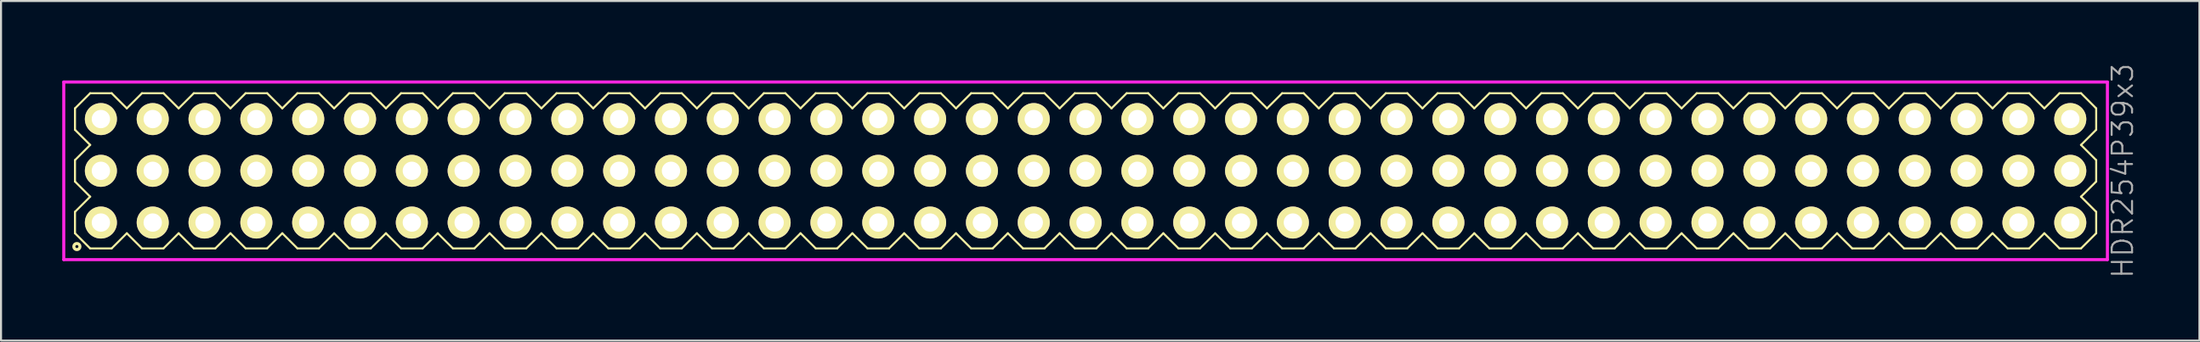
<source format=kicad_pcb>
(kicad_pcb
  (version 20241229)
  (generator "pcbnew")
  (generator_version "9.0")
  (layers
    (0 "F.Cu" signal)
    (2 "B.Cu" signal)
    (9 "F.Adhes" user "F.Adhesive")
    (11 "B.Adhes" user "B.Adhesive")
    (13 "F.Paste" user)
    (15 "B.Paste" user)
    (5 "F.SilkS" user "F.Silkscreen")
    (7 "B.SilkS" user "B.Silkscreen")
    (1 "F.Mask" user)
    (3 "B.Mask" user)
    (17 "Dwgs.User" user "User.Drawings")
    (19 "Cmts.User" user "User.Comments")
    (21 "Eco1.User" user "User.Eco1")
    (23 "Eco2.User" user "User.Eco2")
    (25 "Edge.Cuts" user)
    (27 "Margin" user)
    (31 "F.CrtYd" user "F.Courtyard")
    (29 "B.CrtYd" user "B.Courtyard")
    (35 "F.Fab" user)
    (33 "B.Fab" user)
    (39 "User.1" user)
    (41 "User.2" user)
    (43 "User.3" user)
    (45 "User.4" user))
  (footprint "HDR254P39x3"
    (layer "F.Cu")
    (at 50.155 5.336)
    (property "Reference" "HDR254P39x3" (at 50.83 0 90) (layer "F.Fab") (effects (font (size 1 1) (thickness 0.1))))
    (attr through_hole)
    (fp_line (start -49.53 -3.066) (end -48.786 -3.81) (stroke (width 0.1) (type solid)) (layer "F.SilkS"))
    (fp_line (start -49.53 -2.014) (end -49.53 -3.066) (stroke (width 0.1) (type solid)) (layer "F.SilkS"))
    (fp_line (start -49.53 -0.526) (end -48.786 -1.27) (stroke (width 0.1) (type solid)) (layer "F.SilkS"))
    (fp_line (start -49.53 0.526) (end -49.53 -0.526) (stroke (width 0.1) (type solid)) (layer "F.SilkS"))
    (fp_line (start -49.53 2.014) (end -48.786 1.27) (stroke (width 0.1) (type solid)) (layer "F.SilkS"))
    (fp_line (start -49.53 3.066) (end -49.53 2.014) (stroke (width 0.1) (type solid)) (layer "F.SilkS"))
    (fp_line (start -48.786 -3.81) (end -47.734 -3.81) (stroke (width 0.1) (type solid)) (layer "F.SilkS"))
    (fp_line (start -48.786 -1.27) (end -49.53 -2.014) (stroke (width 0.1) (type solid)) (layer "F.SilkS"))
    (fp_line (start -48.786 1.27) (end -49.53 0.526) (stroke (width 0.1) (type solid)) (layer "F.SilkS"))
    (fp_line (start -48.786 3.81) (end -49.53 3.066) (stroke (width 0.1) (type solid)) (layer "F.SilkS"))
    (fp_line (start -47.734 -3.81) (end -46.99 -3.066) (stroke (width 0.1) (type solid)) (layer "F.SilkS"))
    (fp_line (start -47.734 3.81) (end -48.786 3.81) (stroke (width 0.1) (type solid)) (layer "F.SilkS"))
    (fp_line (start -46.99 -3.066) (end -46.246 -3.81) (stroke (width 0.1) (type solid)) (layer "F.SilkS"))
    (fp_line (start -46.99 3.066) (end -47.734 3.81) (stroke (width 0.1) (type solid)) (layer "F.SilkS"))
    (fp_line (start -46.246 -3.81) (end -45.194 -3.81) (stroke (width 0.1) (type solid)) (layer "F.SilkS"))
    (fp_line (start -46.246 3.81) (end -46.99 3.066) (stroke (width 0.1) (type solid)) (layer "F.SilkS"))
    (fp_line (start -45.194 -3.81) (end -44.45 -3.066) (stroke (width 0.1) (type solid)) (layer "F.SilkS"))
    (fp_line (start -45.194 3.81) (end -46.246 3.81) (stroke (width 0.1) (type solid)) (layer "F.SilkS"))
    (fp_line (start -44.45 -3.066) (end -43.706 -3.81) (stroke (width 0.1) (type solid)) (layer "F.SilkS"))
    (fp_line (start -44.45 3.066) (end -45.194 3.81) (stroke (width 0.1) (type solid)) (layer "F.SilkS"))
    (fp_line (start -43.706 -3.81) (end -42.654 -3.81) (stroke (width 0.1) (type solid)) (layer "F.SilkS"))
    (fp_line (start -43.706 3.81) (end -44.45 3.066) (stroke (width 0.1) (type solid)) (layer "F.SilkS"))
    (fp_line (start -42.654 -3.81) (end -41.91 -3.066) (stroke (width 0.1) (type solid)) (layer "F.SilkS"))
    (fp_line (start -42.654 3.81) (end -43.706 3.81) (stroke (width 0.1) (type solid)) (layer "F.SilkS"))
    (fp_line (start -41.91 -3.066) (end -41.166 -3.81) (stroke (width 0.1) (type solid)) (layer "F.SilkS"))
    (fp_line (start -41.91 3.066) (end -42.654 3.81) (stroke (width 0.1) (type solid)) (layer "F.SilkS"))
    (fp_line (start -41.166 -3.81) (end -40.114 -3.81) (stroke (width 0.1) (type solid)) (layer "F.SilkS"))
    (fp_line (start -41.166 3.81) (end -41.91 3.066) (stroke (width 0.1) (type solid)) (layer "F.SilkS"))
    (fp_line (start -40.114 -3.81) (end -39.37 -3.066) (stroke (width 0.1) (type solid)) (layer "F.SilkS"))
    (fp_line (start -40.114 3.81) (end -41.166 3.81) (stroke (width 0.1) (type solid)) (layer "F.SilkS"))
    (fp_line (start -39.37 -3.066) (end -38.626 -3.81) (stroke (width 0.1) (type solid)) (layer "F.SilkS"))
    (fp_line (start -39.37 3.066) (end -40.114 3.81) (stroke (width 0.1) (type solid)) (layer "F.SilkS"))
    (fp_line (start -38.626 -3.81) (end -37.574 -3.81) (stroke (width 0.1) (type solid)) (layer "F.SilkS"))
    (fp_line (start -38.626 3.81) (end -39.37 3.066) (stroke (width 0.1) (type solid)) (layer "F.SilkS"))
    (fp_line (start -37.574 -3.81) (end -36.83 -3.066) (stroke (width 0.1) (type solid)) (layer "F.SilkS"))
    (fp_line (start -37.574 3.81) (end -38.626 3.81) (stroke (width 0.1) (type solid)) (layer "F.SilkS"))
    (fp_line (start -36.83 -3.066) (end -36.086 -3.81) (stroke (width 0.1) (type solid)) (layer "F.SilkS"))
    (fp_line (start -36.83 3.066) (end -37.574 3.81) (stroke (width 0.1) (type solid)) (layer "F.SilkS"))
    (fp_line (start -36.086 -3.81) (end -35.034 -3.81) (stroke (width 0.1) (type solid)) (layer "F.SilkS"))
    (fp_line (start -36.086 3.81) (end -36.83 3.066) (stroke (width 0.1) (type solid)) (layer "F.SilkS"))
    (fp_line (start -35.034 -3.81) (end -34.29 -3.066) (stroke (width 0.1) (type solid)) (layer "F.SilkS"))
    (fp_line (start -35.034 3.81) (end -36.086 3.81) (stroke (width 0.1) (type solid)) (layer "F.SilkS"))
    (fp_line (start -34.29 -3.066) (end -33.546 -3.81) (stroke (width 0.1) (type solid)) (layer "F.SilkS"))
    (fp_line (start -34.29 3.066) (end -35.034 3.81) (stroke (width 0.1) (type solid)) (layer "F.SilkS"))
    (fp_line (start -33.546 -3.81) (end -32.494 -3.81) (stroke (width 0.1) (type solid)) (layer "F.SilkS"))
    (fp_line (start -33.546 3.81) (end -34.29 3.066) (stroke (width 0.1) (type solid)) (layer "F.SilkS"))
    (fp_line (start -32.494 -3.81) (end -31.75 -3.066) (stroke (width 0.1) (type solid)) (layer "F.SilkS"))
    (fp_line (start -32.494 3.81) (end -33.546 3.81) (stroke (width 0.1) (type solid)) (layer "F.SilkS"))
    (fp_line (start -31.75 -3.066) (end -31.006 -3.81) (stroke (width 0.1) (type solid)) (layer "F.SilkS"))
    (fp_line (start -31.75 3.066) (end -32.494 3.81) (stroke (width 0.1) (type solid)) (layer "F.SilkS"))
    (fp_line (start -31.006 -3.81) (end -29.954 -3.81) (stroke (width 0.1) (type solid)) (layer "F.SilkS"))
    (fp_line (start -31.006 3.81) (end -31.75 3.066) (stroke (width 0.1) (type solid)) (layer "F.SilkS"))
    (fp_line (start -29.954 -3.81) (end -29.21 -3.066) (stroke (width 0.1) (type solid)) (layer "F.SilkS"))
    (fp_line (start -29.954 3.81) (end -31.006 3.81) (stroke (width 0.1) (type solid)) (layer "F.SilkS"))
    (fp_line (start -29.21 -3.066) (end -28.466 -3.81) (stroke (width 0.1) (type solid)) (layer "F.SilkS"))
    (fp_line (start -29.21 3.066) (end -29.954 3.81) (stroke (width 0.1) (type solid)) (layer "F.SilkS"))
    (fp_line (start -28.466 -3.81) (end -27.414 -3.81) (stroke (width 0.1) (type solid)) (layer "F.SilkS"))
    (fp_line (start -28.466 3.81) (end -29.21 3.066) (stroke (width 0.1) (type solid)) (layer "F.SilkS"))
    (fp_line (start -27.414 -3.81) (end -26.67 -3.066) (stroke (width 0.1) (type solid)) (layer "F.SilkS"))
    (fp_line (start -27.414 3.81) (end -28.466 3.81) (stroke (width 0.1) (type solid)) (layer "F.SilkS"))
    (fp_line (start -26.67 -3.066) (end -25.926 -3.81) (stroke (width 0.1) (type solid)) (layer "F.SilkS"))
    (fp_line (start -26.67 3.066) (end -27.414 3.81) (stroke (width 0.1) (type solid)) (layer "F.SilkS"))
    (fp_line (start -25.926 -3.81) (end -24.874 -3.81) (stroke (width 0.1) (type solid)) (layer "F.SilkS"))
    (fp_line (start -25.926 3.81) (end -26.67 3.066) (stroke (width 0.1) (type solid)) (layer "F.SilkS"))
    (fp_line (start -24.874 -3.81) (end -24.13 -3.066) (stroke (width 0.1) (type solid)) (layer "F.SilkS"))
    (fp_line (start -24.874 3.81) (end -25.926 3.81) (stroke (width 0.1) (type solid)) (layer "F.SilkS"))
    (fp_line (start -24.13 -3.066) (end -23.386 -3.81) (stroke (width 0.1) (type solid)) (layer "F.SilkS"))
    (fp_line (start -24.13 3.066) (end -24.874 3.81) (stroke (width 0.1) (type solid)) (layer "F.SilkS"))
    (fp_line (start -23.386 -3.81) (end -22.334 -3.81) (stroke (width 0.1) (type solid)) (layer "F.SilkS"))
    (fp_line (start -23.386 3.81) (end -24.13 3.066) (stroke (width 0.1) (type solid)) (layer "F.SilkS"))
    (fp_line (start -22.334 -3.81) (end -21.59 -3.066) (stroke (width 0.1) (type solid)) (layer "F.SilkS"))
    (fp_line (start -22.334 3.81) (end -23.386 3.81) (stroke (width 0.1) (type solid)) (layer "F.SilkS"))
    (fp_line (start -21.59 -3.066) (end -20.846 -3.81) (stroke (width 0.1) (type solid)) (layer "F.SilkS"))
    (fp_line (start -21.59 3.066) (end -22.334 3.81) (stroke (width 0.1) (type solid)) (layer "F.SilkS"))
    (fp_line (start -20.846 -3.81) (end -19.794 -3.81) (stroke (width 0.1) (type solid)) (layer "F.SilkS"))
    (fp_line (start -20.846 3.81) (end -21.59 3.066) (stroke (width 0.1) (type solid)) (layer "F.SilkS"))
    (fp_line (start -19.794 -3.81) (end -19.05 -3.066) (stroke (width 0.1) (type solid)) (layer "F.SilkS"))
    (fp_line (start -19.794 3.81) (end -20.846 3.81) (stroke (width 0.1) (type solid)) (layer "F.SilkS"))
    (fp_line (start -19.05 -3.066) (end -18.306 -3.81) (stroke (width 0.1) (type solid)) (layer "F.SilkS"))
    (fp_line (start -19.05 3.066) (end -19.794 3.81) (stroke (width 0.1) (type solid)) (layer "F.SilkS"))
    (fp_line (start -18.306 -3.81) (end -17.254 -3.81) (stroke (width 0.1) (type solid)) (layer "F.SilkS"))
    (fp_line (start -18.306 3.81) (end -19.05 3.066) (stroke (width 0.1) (type solid)) (layer "F.SilkS"))
    (fp_line (start -17.254 -3.81) (end -16.51 -3.066) (stroke (width 0.1) (type solid)) (layer "F.SilkS"))
    (fp_line (start -17.254 3.81) (end -18.306 3.81) (stroke (width 0.1) (type solid)) (layer "F.SilkS"))
    (fp_line (start -16.51 -3.066) (end -15.766 -3.81) (stroke (width 0.1) (type solid)) (layer "F.SilkS"))
    (fp_line (start -16.51 3.066) (end -17.254 3.81) (stroke (width 0.1) (type solid)) (layer "F.SilkS"))
    (fp_line (start -15.766 -3.81) (end -14.714 -3.81) (stroke (width 0.1) (type solid)) (layer "F.SilkS"))
    (fp_line (start -15.766 3.81) (end -16.51 3.066) (stroke (width 0.1) (type solid)) (layer "F.SilkS"))
    (fp_line (start -14.714 -3.81) (end -13.97 -3.066) (stroke (width 0.1) (type solid)) (layer "F.SilkS"))
    (fp_line (start -14.714 3.81) (end -15.766 3.81) (stroke (width 0.1) (type solid)) (layer "F.SilkS"))
    (fp_line (start -13.97 -3.066) (end -13.226 -3.81) (stroke (width 0.1) (type solid)) (layer "F.SilkS"))
    (fp_line (start -13.97 3.066) (end -14.714 3.81) (stroke (width 0.1) (type solid)) (layer "F.SilkS"))
    (fp_line (start -13.226 -3.81) (end -12.174 -3.81) (stroke (width 0.1) (type solid)) (layer "F.SilkS"))
    (fp_line (start -13.226 3.81) (end -13.97 3.066) (stroke (width 0.1) (type solid)) (layer "F.SilkS"))
    (fp_line (start -12.174 -3.81) (end -11.43 -3.066) (stroke (width 0.1) (type solid)) (layer "F.SilkS"))
    (fp_line (start -12.174 3.81) (end -13.226 3.81) (stroke (width 0.1) (type solid)) (layer "F.SilkS"))
    (fp_line (start -11.43 -3.066) (end -10.686 -3.81) (stroke (width 0.1) (type solid)) (layer "F.SilkS"))
    (fp_line (start -11.43 3.066) (end -12.174 3.81) (stroke (width 0.1) (type solid)) (layer "F.SilkS"))
    (fp_line (start -10.686 -3.81) (end -9.634 -3.81) (stroke (width 0.1) (type solid)) (layer "F.SilkS"))
    (fp_line (start -10.686 3.81) (end -11.43 3.066) (stroke (width 0.1) (type solid)) (layer "F.SilkS"))
    (fp_line (start -9.634 -3.81) (end -8.89 -3.066) (stroke (width 0.1) (type solid)) (layer "F.SilkS"))
    (fp_line (start -9.634 3.81) (end -10.686 3.81) (stroke (width 0.1) (type solid)) (layer "F.SilkS"))
    (fp_line (start -8.89 -3.066) (end -8.146 -3.81) (stroke (width 0.1) (type solid)) (layer "F.SilkS"))
    (fp_line (start -8.89 3.066) (end -9.634 3.81) (stroke (width 0.1) (type solid)) (layer "F.SilkS"))
    (fp_line (start -8.146 -3.81) (end -7.094 -3.81) (stroke (width 0.1) (type solid)) (layer "F.SilkS"))
    (fp_line (start -8.146 3.81) (end -8.89 3.066) (stroke (width 0.1) (type solid)) (layer "F.SilkS"))
    (fp_line (start -7.094 -3.81) (end -6.35 -3.066) (stroke (width 0.1) (type solid)) (layer "F.SilkS"))
    (fp_line (start -7.094 3.81) (end -8.146 3.81) (stroke (width 0.1) (type solid)) (layer "F.SilkS"))
    (fp_line (start -6.35 -3.066) (end -5.606 -3.81) (stroke (width 0.1) (type solid)) (layer "F.SilkS"))
    (fp_line (start -6.35 3.066) (end -7.094 3.81) (stroke (width 0.1) (type solid)) (layer "F.SilkS"))
    (fp_line (start -5.606 -3.81) (end -4.554 -3.81) (stroke (width 0.1) (type solid)) (layer "F.SilkS"))
    (fp_line (start -5.606 3.81) (end -6.35 3.066) (stroke (width 0.1) (type solid)) (layer "F.SilkS"))
    (fp_line (start -4.554 -3.81) (end -3.81 -3.066) (stroke (width 0.1) (type solid)) (layer "F.SilkS"))
    (fp_line (start -4.554 3.81) (end -5.606 3.81) (stroke (width 0.1) (type solid)) (layer "F.SilkS"))
    (fp_line (start -3.81 -3.066) (end -3.066 -3.81) (stroke (width 0.1) (type solid)) (layer "F.SilkS"))
    (fp_line (start -3.81 3.066) (end -4.554 3.81) (stroke (width 0.1) (type solid)) (layer "F.SilkS"))
    (fp_line (start -3.066 -3.81) (end -2.014 -3.81) (stroke (width 0.1) (type solid)) (layer "F.SilkS"))
    (fp_line (start -3.066 3.81) (end -3.81 3.066) (stroke (width 0.1) (type solid)) (layer "F.SilkS"))
    (fp_line (start -2.014 -3.81) (end -1.27 -3.066) (stroke (width 0.1) (type solid)) (layer "F.SilkS"))
    (fp_line (start -2.014 3.81) (end -3.066 3.81) (stroke (width 0.1) (type solid)) (layer "F.SilkS"))
    (fp_line (start -1.27 -3.066) (end -0.526 -3.81) (stroke (width 0.1) (type solid)) (layer "F.SilkS"))
    (fp_line (start -1.27 3.066) (end -2.014 3.81) (stroke (width 0.1) (type solid)) (layer "F.SilkS"))
    (fp_line (start -0.526 -3.81) (end 0.526 -3.81) (stroke (width 0.1) (type solid)) (layer "F.SilkS"))
    (fp_line (start -0.526 3.81) (end -1.27 3.066) (stroke (width 0.1) (type solid)) (layer "F.SilkS"))
    (fp_line (start 0.526 -3.81) (end 1.27 -3.066) (stroke (width 0.1) (type solid)) (layer "F.SilkS"))
    (fp_line (start 0.526 3.81) (end -0.526 3.81) (stroke (width 0.1) (type solid)) (layer "F.SilkS"))
    (fp_line (start 1.27 -3.066) (end 2.014 -3.81) (stroke (width 0.1) (type solid)) (layer "F.SilkS"))
    (fp_line (start 1.27 3.066) (end 0.526 3.81) (stroke (width 0.1) (type solid)) (layer "F.SilkS"))
    (fp_line (start 2.014 -3.81) (end 3.066 -3.81) (stroke (width 0.1) (type solid)) (layer "F.SilkS"))
    (fp_line (start 2.014 3.81) (end 1.27 3.066) (stroke (width 0.1) (type solid)) (layer "F.SilkS"))
    (fp_line (start 3.066 -3.81) (end 3.81 -3.066) (stroke (width 0.1) (type solid)) (layer "F.SilkS"))
    (fp_line (start 3.066 3.81) (end 2.014 3.81) (stroke (width 0.1) (type solid)) (layer "F.SilkS"))
    (fp_line (start 3.81 -3.066) (end 4.554 -3.81) (stroke (width 0.1) (type solid)) (layer "F.SilkS"))
    (fp_line (start 3.81 3.066) (end 3.066 3.81) (stroke (width 0.1) (type solid)) (layer "F.SilkS"))
    (fp_line (start 4.554 -3.81) (end 5.606 -3.81) (stroke (width 0.1) (type solid)) (layer "F.SilkS"))
    (fp_line (start 4.554 3.81) (end 3.81 3.066) (stroke (width 0.1) (type solid)) (layer "F.SilkS"))
    (fp_line (start 5.606 -3.81) (end 6.35 -3.066) (stroke (width 0.1) (type solid)) (layer "F.SilkS"))
    (fp_line (start 5.606 3.81) (end 4.554 3.81) (stroke (width 0.1) (type solid)) (layer "F.SilkS"))
    (fp_line (start 6.35 -3.066) (end 7.094 -3.81) (stroke (width 0.1) (type solid)) (layer "F.SilkS"))
    (fp_line (start 6.35 3.066) (end 5.606 3.81) (stroke (width 0.1) (type solid)) (layer "F.SilkS"))
    (fp_line (start 7.094 -3.81) (end 8.146 -3.81) (stroke (width 0.1) (type solid)) (layer "F.SilkS"))
    (fp_line (start 7.094 3.81) (end 6.35 3.066) (stroke (width 0.1) (type solid)) (layer "F.SilkS"))
    (fp_line (start 8.146 -3.81) (end 8.89 -3.066) (stroke (width 0.1) (type solid)) (layer "F.SilkS"))
    (fp_line (start 8.146 3.81) (end 7.094 3.81) (stroke (width 0.1) (type solid)) (layer "F.SilkS"))
    (fp_line (start 8.89 -3.066) (end 9.634 -3.81) (stroke (width 0.1) (type solid)) (layer "F.SilkS"))
    (fp_line (start 8.89 3.066) (end 8.146 3.81) (stroke (width 0.1) (type solid)) (layer "F.SilkS"))
    (fp_line (start 9.634 -3.81) (end 10.686 -3.81) (stroke (width 0.1) (type solid)) (layer "F.SilkS"))
    (fp_line (start 9.634 3.81) (end 8.89 3.066) (stroke (width 0.1) (type solid)) (layer "F.SilkS"))
    (fp_line (start 10.686 -3.81) (end 11.43 -3.066) (stroke (width 0.1) (type solid)) (layer "F.SilkS"))
    (fp_line (start 10.686 3.81) (end 9.634 3.81) (stroke (width 0.1) (type solid)) (layer "F.SilkS"))
    (fp_line (start 11.43 -3.066) (end 12.174 -3.81) (stroke (width 0.1) (type solid)) (layer "F.SilkS"))
    (fp_line (start 11.43 3.066) (end 10.686 3.81) (stroke (width 0.1) (type solid)) (layer "F.SilkS"))
    (fp_line (start 12.174 -3.81) (end 13.226 -3.81) (stroke (width 0.1) (type solid)) (layer "F.SilkS"))
    (fp_line (start 12.174 3.81) (end 11.43 3.066) (stroke (width 0.1) (type solid)) (layer "F.SilkS"))
    (fp_line (start 13.226 -3.81) (end 13.97 -3.066) (stroke (width 0.1) (type solid)) (layer "F.SilkS"))
    (fp_line (start 13.226 3.81) (end 12.174 3.81) (stroke (width 0.1) (type solid)) (layer "F.SilkS"))
    (fp_line (start 13.97 -3.066) (end 14.714 -3.81) (stroke (width 0.1) (type solid)) (layer "F.SilkS"))
    (fp_line (start 13.97 3.066) (end 13.226 3.81) (stroke (width 0.1) (type solid)) (layer "F.SilkS"))
    (fp_line (start 14.714 -3.81) (end 15.766 -3.81) (stroke (width 0.1) (type solid)) (layer "F.SilkS"))
    (fp_line (start 14.714 3.81) (end 13.97 3.066) (stroke (width 0.1) (type solid)) (layer "F.SilkS"))
    (fp_line (start 15.766 -3.81) (end 16.51 -3.066) (stroke (width 0.1) (type solid)) (layer "F.SilkS"))
    (fp_line (start 15.766 3.81) (end 14.714 3.81) (stroke (width 0.1) (type solid)) (layer "F.SilkS"))
    (fp_line (start 16.51 -3.066) (end 17.254 -3.81) (stroke (width 0.1) (type solid)) (layer "F.SilkS"))
    (fp_line (start 16.51 3.066) (end 15.766 3.81) (stroke (width 0.1) (type solid)) (layer "F.SilkS"))
    (fp_line (start 17.254 -3.81) (end 18.306 -3.81) (stroke (width 0.1) (type solid)) (layer "F.SilkS"))
    (fp_line (start 17.254 3.81) (end 16.51 3.066) (stroke (width 0.1) (type solid)) (layer "F.SilkS"))
    (fp_line (start 18.306 -3.81) (end 19.05 -3.066) (stroke (width 0.1) (type solid)) (layer "F.SilkS"))
    (fp_line (start 18.306 3.81) (end 17.254 3.81) (stroke (width 0.1) (type solid)) (layer "F.SilkS"))
    (fp_line (start 19.05 -3.066) (end 19.794 -3.81) (stroke (width 0.1) (type solid)) (layer "F.SilkS"))
    (fp_line (start 19.05 3.066) (end 18.306 3.81) (stroke (width 0.1) (type solid)) (layer "F.SilkS"))
    (fp_line (start 19.794 -3.81) (end 20.846 -3.81) (stroke (width 0.1) (type solid)) (layer "F.SilkS"))
    (fp_line (start 19.794 3.81) (end 19.05 3.066) (stroke (width 0.1) (type solid)) (layer "F.SilkS"))
    (fp_line (start 20.846 -3.81) (end 21.59 -3.066) (stroke (width 0.1) (type solid)) (layer "F.SilkS"))
    (fp_line (start 20.846 3.81) (end 19.794 3.81) (stroke (width 0.1) (type solid)) (layer "F.SilkS"))
    (fp_line (start 21.59 -3.066) (end 22.334 -3.81) (stroke (width 0.1) (type solid)) (layer "F.SilkS"))
    (fp_line (start 21.59 3.066) (end 20.846 3.81) (stroke (width 0.1) (type solid)) (layer "F.SilkS"))
    (fp_line (start 22.334 -3.81) (end 23.386 -3.81) (stroke (width 0.1) (type solid)) (layer "F.SilkS"))
    (fp_line (start 22.334 3.81) (end 21.59 3.066) (stroke (width 0.1) (type solid)) (layer "F.SilkS"))
    (fp_line (start 23.386 -3.81) (end 24.13 -3.066) (stroke (width 0.1) (type solid)) (layer "F.SilkS"))
    (fp_line (start 23.386 3.81) (end 22.334 3.81) (stroke (width 0.1) (type solid)) (layer "F.SilkS"))
    (fp_line (start 24.13 -3.066) (end 24.874 -3.81) (stroke (width 0.1) (type solid)) (layer "F.SilkS"))
    (fp_line (start 24.13 3.066) (end 23.386 3.81) (stroke (width 0.1) (type solid)) (layer "F.SilkS"))
    (fp_line (start 24.874 -3.81) (end 25.926 -3.81) (stroke (width 0.1) (type solid)) (layer "F.SilkS"))
    (fp_line (start 24.874 3.81) (end 24.13 3.066) (stroke (width 0.1) (type solid)) (layer "F.SilkS"))
    (fp_line (start 25.926 -3.81) (end 26.67 -3.066) (stroke (width 0.1) (type solid)) (layer "F.SilkS"))
    (fp_line (start 25.926 3.81) (end 24.874 3.81) (stroke (width 0.1) (type solid)) (layer "F.SilkS"))
    (fp_line (start 26.67 -3.066) (end 27.414 -3.81) (stroke (width 0.1) (type solid)) (layer "F.SilkS"))
    (fp_line (start 26.67 3.066) (end 25.926 3.81) (stroke (width 0.1) (type solid)) (layer "F.SilkS"))
    (fp_line (start 27.414 -3.81) (end 28.466 -3.81) (stroke (width 0.1) (type solid)) (layer "F.SilkS"))
    (fp_line (start 27.414 3.81) (end 26.67 3.066) (stroke (width 0.1) (type solid)) (layer "F.SilkS"))
    (fp_line (start 28.466 -3.81) (end 29.21 -3.066) (stroke (width 0.1) (type solid)) (layer "F.SilkS"))
    (fp_line (start 28.466 3.81) (end 27.414 3.81) (stroke (width 0.1) (type solid)) (layer "F.SilkS"))
    (fp_line (start 29.21 -3.066) (end 29.954 -3.81) (stroke (width 0.1) (type solid)) (layer "F.SilkS"))
    (fp_line (start 29.21 3.066) (end 28.466 3.81) (stroke (width 0.1) (type solid)) (layer "F.SilkS"))
    (fp_line (start 29.954 -3.81) (end 31.006 -3.81) (stroke (width 0.1) (type solid)) (layer "F.SilkS"))
    (fp_line (start 29.954 3.81) (end 29.21 3.066) (stroke (width 0.1) (type solid)) (layer "F.SilkS"))
    (fp_line (start 31.006 -3.81) (end 31.75 -3.066) (stroke (width 0.1) (type solid)) (layer "F.SilkS"))
    (fp_line (start 31.006 3.81) (end 29.954 3.81) (stroke (width 0.1) (type solid)) (layer "F.SilkS"))
    (fp_line (start 31.75 -3.066) (end 32.494 -3.81) (stroke (width 0.1) (type solid)) (layer "F.SilkS"))
    (fp_line (start 31.75 3.066) (end 31.006 3.81) (stroke (width 0.1) (type solid)) (layer "F.SilkS"))
    (fp_line (start 32.494 -3.81) (end 33.546 -3.81) (stroke (width 0.1) (type solid)) (layer "F.SilkS"))
    (fp_line (start 32.494 3.81) (end 31.75 3.066) (stroke (width 0.1) (type solid)) (layer "F.SilkS"))
    (fp_line (start 33.546 -3.81) (end 34.29 -3.066) (stroke (width 0.1) (type solid)) (layer "F.SilkS"))
    (fp_line (start 33.546 3.81) (end 32.494 3.81) (stroke (width 0.1) (type solid)) (layer "F.SilkS"))
    (fp_line (start 34.29 -3.066) (end 35.034 -3.81) (stroke (width 0.1) (type solid)) (layer "F.SilkS"))
    (fp_line (start 34.29 3.066) (end 33.546 3.81) (stroke (width 0.1) (type solid)) (layer "F.SilkS"))
    (fp_line (start 35.034 -3.81) (end 36.086 -3.81) (stroke (width 0.1) (type solid)) (layer "F.SilkS"))
    (fp_line (start 35.034 3.81) (end 34.29 3.066) (stroke (width 0.1) (type solid)) (layer "F.SilkS"))
    (fp_line (start 36.086 -3.81) (end 36.83 -3.066) (stroke (width 0.1) (type solid)) (layer "F.SilkS"))
    (fp_line (start 36.086 3.81) (end 35.034 3.81) (stroke (width 0.1) (type solid)) (layer "F.SilkS"))
    (fp_line (start 36.83 -3.066) (end 37.574 -3.81) (stroke (width 0.1) (type solid)) (layer "F.SilkS"))
    (fp_line (start 36.83 3.066) (end 36.086 3.81) (stroke (width 0.1) (type solid)) (layer "F.SilkS"))
    (fp_line (start 37.574 -3.81) (end 38.626 -3.81) (stroke (width 0.1) (type solid)) (layer "F.SilkS"))
    (fp_line (start 37.574 3.81) (end 36.83 3.066) (stroke (width 0.1) (type solid)) (layer "F.SilkS"))
    (fp_line (start 38.626 -3.81) (end 39.37 -3.066) (stroke (width 0.1) (type solid)) (layer "F.SilkS"))
    (fp_line (start 38.626 3.81) (end 37.574 3.81) (stroke (width 0.1) (type solid)) (layer "F.SilkS"))
    (fp_line (start 39.37 -3.066) (end 40.114 -3.81) (stroke (width 0.1) (type solid)) (layer "F.SilkS"))
    (fp_line (start 39.37 3.066) (end 38.626 3.81) (stroke (width 0.1) (type solid)) (layer "F.SilkS"))
    (fp_line (start 40.114 -3.81) (end 41.166 -3.81) (stroke (width 0.1) (type solid)) (layer "F.SilkS"))
    (fp_line (start 40.114 3.81) (end 39.37 3.066) (stroke (width 0.1) (type solid)) (layer "F.SilkS"))
    (fp_line (start 41.166 -3.81) (end 41.91 -3.066) (stroke (width 0.1) (type solid)) (layer "F.SilkS"))
    (fp_line (start 41.166 3.81) (end 40.114 3.81) (stroke (width 0.1) (type solid)) (layer "F.SilkS"))
    (fp_line (start 41.91 -3.066) (end 42.654 -3.81) (stroke (width 0.1) (type solid)) (layer "F.SilkS"))
    (fp_line (start 41.91 3.066) (end 41.166 3.81) (stroke (width 0.1) (type solid)) (layer "F.SilkS"))
    (fp_line (start 42.654 -3.81) (end 43.706 -3.81) (stroke (width 0.1) (type solid)) (layer "F.SilkS"))
    (fp_line (start 42.654 3.81) (end 41.91 3.066) (stroke (width 0.1) (type solid)) (layer "F.SilkS"))
    (fp_line (start 43.706 -3.81) (end 44.45 -3.066) (stroke (width 0.1) (type solid)) (layer "F.SilkS"))
    (fp_line (start 43.706 3.81) (end 42.654 3.81) (stroke (width 0.1) (type solid)) (layer "F.SilkS"))
    (fp_line (start 44.45 -3.066) (end 45.194 -3.81) (stroke (width 0.1) (type solid)) (layer "F.SilkS"))
    (fp_line (start 44.45 3.066) (end 43.706 3.81) (stroke (width 0.1) (type solid)) (layer "F.SilkS"))
    (fp_line (start 45.194 -3.81) (end 46.246 -3.81) (stroke (width 0.1) (type solid)) (layer "F.SilkS"))
    (fp_line (start 45.194 3.81) (end 44.45 3.066) (stroke (width 0.1) (type solid)) (layer "F.SilkS"))
    (fp_line (start 46.246 -3.81) (end 46.99 -3.066) (stroke (width 0.1) (type solid)) (layer "F.SilkS"))
    (fp_line (start 46.246 3.81) (end 45.194 3.81) (stroke (width 0.1) (type solid)) (layer "F.SilkS"))
    (fp_line (start 46.99 -3.066) (end 47.734 -3.81) (stroke (width 0.1) (type solid)) (layer "F.SilkS"))
    (fp_line (start 46.99 3.066) (end 46.246 3.81) (stroke (width 0.1) (type solid)) (layer "F.SilkS"))
    (fp_line (start 47.734 -3.81) (end 48.786 -3.81) (stroke (width 0.1) (type solid)) (layer "F.SilkS"))
    (fp_line (start 47.734 3.81) (end 46.99 3.066) (stroke (width 0.1) (type solid)) (layer "F.SilkS"))
    (fp_line (start 48.786 -3.81) (end 49.53 -3.066) (stroke (width 0.1) (type solid)) (layer "F.SilkS"))
    (fp_line (start 48.786 -1.27) (end 49.53 -0.526) (stroke (width 0.1) (type solid)) (layer "F.SilkS"))
    (fp_line (start 48.786 1.27) (end 49.53 2.014) (stroke (width 0.1) (type solid)) (layer "F.SilkS"))
    (fp_line (start 48.786 3.81) (end 47.734 3.81) (stroke (width 0.1) (type solid)) (layer "F.SilkS"))
    (fp_line (start 49.53 -3.066) (end 49.53 -2.014) (stroke (width 0.1) (type solid)) (layer "F.SilkS"))
    (fp_line (start 49.53 -2.014) (end 48.786 -1.27) (stroke (width 0.1) (type solid)) (layer "F.SilkS"))
    (fp_line (start 49.53 -0.526) (end 49.53 0.526) (stroke (width 0.1) (type solid)) (layer "F.SilkS"))
    (fp_line (start 49.53 0.526) (end 48.786 1.27) (stroke (width 0.1) (type solid)) (layer "F.SilkS"))
    (fp_line (start 49.53 2.014) (end 49.53 3.066) (stroke (width 0.1) (type solid)) (layer "F.SilkS"))
    (fp_line (start 49.53 3.066) (end 48.786 3.81) (stroke (width 0.1) (type solid)) (layer "F.SilkS"))
    (fp_circle (center -49.437 3.718) (end -49.287 3.718) (stroke (width 0.15) (type solid)) (fill no) (layer "F.SilkS"))
    (fp_line (start -50.08 -4.36) (end -50.08 4.36) (stroke (width 0.15) (type solid)) (layer "F.CrtYd"))
    (fp_line (start -50.08 4.36) (end 50.08 4.36) (stroke (width 0.15) (type solid)) (layer "F.CrtYd"))
    (fp_line (start 50.08 -4.36) (end -50.08 -4.36) (stroke (width 0.15) (type solid)) (layer "F.CrtYd"))
    (fp_line (start 50.08 4.36) (end 50.08 -4.36) (stroke (width 0.15) (type solid)) (layer "F.CrtYd"))
    (pad "1" thru_hole oval (at -48.26 2.54) (size 1.57 1.57) (drill 0.9) (layers "*.Cu" "*.Mask" "F.SilkS"))
    (pad "2" thru_hole oval (at -48.26 0) (size 1.57 1.57) (drill 0.9) (layers "*.Cu" "*.Mask" "F.SilkS"))
    (pad "3" thru_hole oval (at -48.26 -2.54) (size 1.57 1.57) (drill 0.9) (layers "*.Cu" "*.Mask" "F.SilkS"))
    (pad "4" thru_hole oval (at -45.72 2.54) (size 1.57 1.57) (drill 0.9) (layers "*.Cu" "*.Mask" "F.SilkS"))
    (pad "5" thru_hole oval (at -45.72 0) (size 1.57 1.57) (drill 0.9) (layers "*.Cu" "*.Mask" "F.SilkS"))
    (pad "6" thru_hole oval (at -45.72 -2.54) (size 1.57 1.57) (drill 0.9) (layers "*.Cu" "*.Mask" "F.SilkS"))
    (pad "7" thru_hole oval (at -43.18 2.54) (size 1.57 1.57) (drill 0.9) (layers "*.Cu" "*.Mask" "F.SilkS"))
    (pad "8" thru_hole oval (at -43.18 0) (size 1.57 1.57) (drill 0.9) (layers "*.Cu" "*.Mask" "F.SilkS"))
    (pad "9" thru_hole oval (at -43.18 -2.54) (size 1.57 1.57) (drill 0.9) (layers "*.Cu" "*.Mask" "F.SilkS"))
    (pad "10" thru_hole oval (at -40.64 2.54) (size 1.57 1.57) (drill 0.9) (layers "*.Cu" "*.Mask" "F.SilkS"))
    (pad "11" thru_hole oval (at -40.64 0) (size 1.57 1.57) (drill 0.9) (layers "*.Cu" "*.Mask" "F.SilkS"))
    (pad "12" thru_hole oval (at -40.64 -2.54) (size 1.57 1.57) (drill 0.9) (layers "*.Cu" "*.Mask" "F.SilkS"))
    (pad "13" thru_hole oval (at -38.1 2.54) (size 1.57 1.57) (drill 0.9) (layers "*.Cu" "*.Mask" "F.SilkS"))
    (pad "14" thru_hole oval (at -38.1 0) (size 1.57 1.57) (drill 0.9) (layers "*.Cu" "*.Mask" "F.SilkS"))
    (pad "15" thru_hole oval (at -38.1 -2.54) (size 1.57 1.57) (drill 0.9) (layers "*.Cu" "*.Mask" "F.SilkS"))
    (pad "16" thru_hole oval (at -35.56 2.54) (size 1.57 1.57) (drill 0.9) (layers "*.Cu" "*.Mask" "F.SilkS"))
    (pad "17" thru_hole oval (at -35.56 0) (size 1.57 1.57) (drill 0.9) (layers "*.Cu" "*.Mask" "F.SilkS"))
    (pad "18" thru_hole oval (at -35.56 -2.54) (size 1.57 1.57) (drill 0.9) (layers "*.Cu" "*.Mask" "F.SilkS"))
    (pad "19" thru_hole oval (at -33.02 2.54) (size 1.57 1.57) (drill 0.9) (layers "*.Cu" "*.Mask" "F.SilkS"))
    (pad "20" thru_hole oval (at -33.02 0) (size 1.57 1.57) (drill 0.9) (layers "*.Cu" "*.Mask" "F.SilkS"))
    (pad "21" thru_hole oval (at -33.02 -2.54) (size 1.57 1.57) (drill 0.9) (layers "*.Cu" "*.Mask" "F.SilkS"))
    (pad "22" thru_hole oval (at -30.48 2.54) (size 1.57 1.57) (drill 0.9) (layers "*.Cu" "*.Mask" "F.SilkS"))
    (pad "23" thru_hole oval (at -30.48 0) (size 1.57 1.57) (drill 0.9) (layers "*.Cu" "*.Mask" "F.SilkS"))
    (pad "24" thru_hole oval (at -30.48 -2.54) (size 1.57 1.57) (drill 0.9) (layers "*.Cu" "*.Mask" "F.SilkS"))
    (pad "25" thru_hole oval (at -27.94 2.54) (size 1.57 1.57) (drill 0.9) (layers "*.Cu" "*.Mask" "F.SilkS"))
    (pad "26" thru_hole oval (at -27.94 0) (size 1.57 1.57) (drill 0.9) (layers "*.Cu" "*.Mask" "F.SilkS"))
    (pad "27" thru_hole oval (at -27.94 -2.54) (size 1.57 1.57) (drill 0.9) (layers "*.Cu" "*.Mask" "F.SilkS"))
    (pad "28" thru_hole oval (at -25.4 2.54) (size 1.57 1.57) (drill 0.9) (layers "*.Cu" "*.Mask" "F.SilkS"))
    (pad "29" thru_hole oval (at -25.4 0) (size 1.57 1.57) (drill 0.9) (layers "*.Cu" "*.Mask" "F.SilkS"))
    (pad "30" thru_hole oval (at -25.4 -2.54) (size 1.57 1.57) (drill 0.9) (layers "*.Cu" "*.Mask" "F.SilkS"))
    (pad "31" thru_hole oval (at -22.86 2.54) (size 1.57 1.57) (drill 0.9) (layers "*.Cu" "*.Mask" "F.SilkS"))
    (pad "32" thru_hole oval (at -22.86 0) (size 1.57 1.57) (drill 0.9) (layers "*.Cu" "*.Mask" "F.SilkS"))
    (pad "33" thru_hole oval (at -22.86 -2.54) (size 1.57 1.57) (drill 0.9) (layers "*.Cu" "*.Mask" "F.SilkS"))
    (pad "34" thru_hole oval (at -20.32 2.54) (size 1.57 1.57) (drill 0.9) (layers "*.Cu" "*.Mask" "F.SilkS"))
    (pad "35" thru_hole oval (at -20.32 0) (size 1.57 1.57) (drill 0.9) (layers "*.Cu" "*.Mask" "F.SilkS"))
    (pad "36" thru_hole oval (at -20.32 -2.54) (size 1.57 1.57) (drill 0.9) (layers "*.Cu" "*.Mask" "F.SilkS"))
    (pad "37" thru_hole oval (at -17.78 2.54) (size 1.57 1.57) (drill 0.9) (layers "*.Cu" "*.Mask" "F.SilkS"))
    (pad "38" thru_hole oval (at -17.78 0) (size 1.57 1.57) (drill 0.9) (layers "*.Cu" "*.Mask" "F.SilkS"))
    (pad "39" thru_hole oval (at -17.78 -2.54) (size 1.57 1.57) (drill 0.9) (layers "*.Cu" "*.Mask" "F.SilkS"))
    (pad "40" thru_hole oval (at -15.24 2.54) (size 1.57 1.57) (drill 0.9) (layers "*.Cu" "*.Mask" "F.SilkS"))
    (pad "41" thru_hole oval (at -15.24 0) (size 1.57 1.57) (drill 0.9) (layers "*.Cu" "*.Mask" "F.SilkS"))
    (pad "42" thru_hole oval (at -15.24 -2.54) (size 1.57 1.57) (drill 0.9) (layers "*.Cu" "*.Mask" "F.SilkS"))
    (pad "43" thru_hole oval (at -12.7 2.54) (size 1.57 1.57) (drill 0.9) (layers "*.Cu" "*.Mask" "F.SilkS"))
    (pad "44" thru_hole oval (at -12.7 0) (size 1.57 1.57) (drill 0.9) (layers "*.Cu" "*.Mask" "F.SilkS"))
    (pad "45" thru_hole oval (at -12.7 -2.54) (size 1.57 1.57) (drill 0.9) (layers "*.Cu" "*.Mask" "F.SilkS"))
    (pad "46" thru_hole oval (at -10.16 2.54) (size 1.57 1.57) (drill 0.9) (layers "*.Cu" "*.Mask" "F.SilkS"))
    (pad "47" thru_hole oval (at -10.16 0) (size 1.57 1.57) (drill 0.9) (layers "*.Cu" "*.Mask" "F.SilkS"))
    (pad "48" thru_hole oval (at -10.16 -2.54) (size 1.57 1.57) (drill 0.9) (layers "*.Cu" "*.Mask" "F.SilkS"))
    (pad "49" thru_hole oval (at -7.62 2.54) (size 1.57 1.57) (drill 0.9) (layers "*.Cu" "*.Mask" "F.SilkS"))
    (pad "50" thru_hole oval (at -7.62 0) (size 1.57 1.57) (drill 0.9) (layers "*.Cu" "*.Mask" "F.SilkS"))
    (pad "51" thru_hole oval (at -7.62 -2.54) (size 1.57 1.57) (drill 0.9) (layers "*.Cu" "*.Mask" "F.SilkS"))
    (pad "52" thru_hole oval (at -5.08 2.54) (size 1.57 1.57) (drill 0.9) (layers "*.Cu" "*.Mask" "F.SilkS"))
    (pad "53" thru_hole oval (at -5.08 0) (size 1.57 1.57) (drill 0.9) (layers "*.Cu" "*.Mask" "F.SilkS"))
    (pad "54" thru_hole oval (at -5.08 -2.54) (size 1.57 1.57) (drill 0.9) (layers "*.Cu" "*.Mask" "F.SilkS"))
    (pad "55" thru_hole oval (at -2.54 2.54) (size 1.57 1.57) (drill 0.9) (layers "*.Cu" "*.Mask" "F.SilkS"))
    (pad "56" thru_hole oval (at -2.54 0) (size 1.57 1.57) (drill 0.9) (layers "*.Cu" "*.Mask" "F.SilkS"))
    (pad "57" thru_hole oval (at -2.54 -2.54) (size 1.57 1.57) (drill 0.9) (layers "*.Cu" "*.Mask" "F.SilkS"))
    (pad "58" thru_hole oval (at 0 2.54) (size 1.57 1.57) (drill 0.9) (layers "*.Cu" "*.Mask" "F.SilkS"))
    (pad "59" thru_hole oval (at 0 0) (size 1.57 1.57) (drill 0.9) (layers "*.Cu" "*.Mask" "F.SilkS"))
    (pad "60" thru_hole oval (at 0 -2.54) (size 1.57 1.57) (drill 0.9) (layers "*.Cu" "*.Mask" "F.SilkS"))
    (pad "61" thru_hole oval (at 2.54 2.54) (size 1.57 1.57) (drill 0.9) (layers "*.Cu" "*.Mask" "F.SilkS"))
    (pad "62" thru_hole oval (at 2.54 0) (size 1.57 1.57) (drill 0.9) (layers "*.Cu" "*.Mask" "F.SilkS"))
    (pad "63" thru_hole oval (at 2.54 -2.54) (size 1.57 1.57) (drill 0.9) (layers "*.Cu" "*.Mask" "F.SilkS"))
    (pad "64" thru_hole oval (at 5.08 2.54) (size 1.57 1.57) (drill 0.9) (layers "*.Cu" "*.Mask" "F.SilkS"))
    (pad "65" thru_hole oval (at 5.08 0) (size 1.57 1.57) (drill 0.9) (layers "*.Cu" "*.Mask" "F.SilkS"))
    (pad "66" thru_hole oval (at 5.08 -2.54) (size 1.57 1.57) (drill 0.9) (layers "*.Cu" "*.Mask" "F.SilkS"))
    (pad "67" thru_hole oval (at 7.62 2.54) (size 1.57 1.57) (drill 0.9) (layers "*.Cu" "*.Mask" "F.SilkS"))
    (pad "68" thru_hole oval (at 7.62 0) (size 1.57 1.57) (drill 0.9) (layers "*.Cu" "*.Mask" "F.SilkS"))
    (pad "69" thru_hole oval (at 7.62 -2.54) (size 1.57 1.57) (drill 0.9) (layers "*.Cu" "*.Mask" "F.SilkS"))
    (pad "70" thru_hole oval (at 10.16 2.54) (size 1.57 1.57) (drill 0.9) (layers "*.Cu" "*.Mask" "F.SilkS"))
    (pad "71" thru_hole oval (at 10.16 0) (size 1.57 1.57) (drill 0.9) (layers "*.Cu" "*.Mask" "F.SilkS"))
    (pad "72" thru_hole oval (at 10.16 -2.54) (size 1.57 1.57) (drill 0.9) (layers "*.Cu" "*.Mask" "F.SilkS"))
    (pad "73" thru_hole oval (at 12.7 2.54) (size 1.57 1.57) (drill 0.9) (layers "*.Cu" "*.Mask" "F.SilkS"))
    (pad "74" thru_hole oval (at 12.7 0) (size 1.57 1.57) (drill 0.9) (layers "*.Cu" "*.Mask" "F.SilkS"))
    (pad "75" thru_hole oval (at 12.7 -2.54) (size 1.57 1.57) (drill 0.9) (layers "*.Cu" "*.Mask" "F.SilkS"))
    (pad "76" thru_hole oval (at 15.24 2.54) (size 1.57 1.57) (drill 0.9) (layers "*.Cu" "*.Mask" "F.SilkS"))
    (pad "77" thru_hole oval (at 15.24 0) (size 1.57 1.57) (drill 0.9) (layers "*.Cu" "*.Mask" "F.SilkS"))
    (pad "78" thru_hole oval (at 15.24 -2.54) (size 1.57 1.57) (drill 0.9) (layers "*.Cu" "*.Mask" "F.SilkS"))
    (pad "79" thru_hole oval (at 17.78 2.54) (size 1.57 1.57) (drill 0.9) (layers "*.Cu" "*.Mask" "F.SilkS"))
    (pad "80" thru_hole oval (at 17.78 0) (size 1.57 1.57) (drill 0.9) (layers "*.Cu" "*.Mask" "F.SilkS"))
    (pad "81" thru_hole oval (at 17.78 -2.54) (size 1.57 1.57) (drill 0.9) (layers "*.Cu" "*.Mask" "F.SilkS"))
    (pad "82" thru_hole oval (at 20.32 2.54) (size 1.57 1.57) (drill 0.9) (layers "*.Cu" "*.Mask" "F.SilkS"))
    (pad "83" thru_hole oval (at 20.32 0) (size 1.57 1.57) (drill 0.9) (layers "*.Cu" "*.Mask" "F.SilkS"))
    (pad "84" thru_hole oval (at 20.32 -2.54) (size 1.57 1.57) (drill 0.9) (layers "*.Cu" "*.Mask" "F.SilkS"))
    (pad "85" thru_hole oval (at 22.86 2.54) (size 1.57 1.57) (drill 0.9) (layers "*.Cu" "*.Mask" "F.SilkS"))
    (pad "86" thru_hole oval (at 22.86 0) (size 1.57 1.57) (drill 0.9) (layers "*.Cu" "*.Mask" "F.SilkS"))
    (pad "87" thru_hole oval (at 22.86 -2.54) (size 1.57 1.57) (drill 0.9) (layers "*.Cu" "*.Mask" "F.SilkS"))
    (pad "88" thru_hole oval (at 25.4 2.54) (size 1.57 1.57) (drill 0.9) (layers "*.Cu" "*.Mask" "F.SilkS"))
    (pad "89" thru_hole oval (at 25.4 0) (size 1.57 1.57) (drill 0.9) (layers "*.Cu" "*.Mask" "F.SilkS"))
    (pad "90" thru_hole oval (at 25.4 -2.54) (size 1.57 1.57) (drill 0.9) (layers "*.Cu" "*.Mask" "F.SilkS"))
    (pad "91" thru_hole oval (at 27.94 2.54) (size 1.57 1.57) (drill 0.9) (layers "*.Cu" "*.Mask" "F.SilkS"))
    (pad "92" thru_hole oval (at 27.94 0) (size 1.57 1.57) (drill 0.9) (layers "*.Cu" "*.Mask" "F.SilkS"))
    (pad "93" thru_hole oval (at 27.94 -2.54) (size 1.57 1.57) (drill 0.9) (layers "*.Cu" "*.Mask" "F.SilkS"))
    (pad "94" thru_hole oval (at 30.48 2.54) (size 1.57 1.57) (drill 0.9) (layers "*.Cu" "*.Mask" "F.SilkS"))
    (pad "95" thru_hole oval (at 30.48 0) (size 1.57 1.57) (drill 0.9) (layers "*.Cu" "*.Mask" "F.SilkS"))
    (pad "96" thru_hole oval (at 30.48 -2.54) (size 1.57 1.57) (drill 0.9) (layers "*.Cu" "*.Mask" "F.SilkS"))
    (pad "97" thru_hole oval (at 33.02 2.54) (size 1.57 1.57) (drill 0.9) (layers "*.Cu" "*.Mask" "F.SilkS"))
    (pad "98" thru_hole oval (at 33.02 0) (size 1.57 1.57) (drill 0.9) (layers "*.Cu" "*.Mask" "F.SilkS"))
    (pad "99" thru_hole oval (at 33.02 -2.54) (size 1.57 1.57) (drill 0.9) (layers "*.Cu" "*.Mask" "F.SilkS"))
    (pad "100" thru_hole oval (at 35.56 2.54) (size 1.57 1.57) (drill 0.9) (layers "*.Cu" "*.Mask" "F.SilkS"))
    (pad "101" thru_hole oval (at 35.56 0) (size 1.57 1.57) (drill 0.9) (layers "*.Cu" "*.Mask" "F.SilkS"))
    (pad "102" thru_hole oval (at 35.56 -2.54) (size 1.57 1.57) (drill 0.9) (layers "*.Cu" "*.Mask" "F.SilkS"))
    (pad "103" thru_hole oval (at 38.1 2.54) (size 1.57 1.57) (drill 0.9) (layers "*.Cu" "*.Mask" "F.SilkS"))
    (pad "104" thru_hole oval (at 38.1 0) (size 1.57 1.57) (drill 0.9) (layers "*.Cu" "*.Mask" "F.SilkS"))
    (pad "105" thru_hole oval (at 38.1 -2.54) (size 1.57 1.57) (drill 0.9) (layers "*.Cu" "*.Mask" "F.SilkS"))
    (pad "106" thru_hole oval (at 40.64 2.54) (size 1.57 1.57) (drill 0.9) (layers "*.Cu" "*.Mask" "F.SilkS"))
    (pad "107" thru_hole oval (at 40.64 0) (size 1.57 1.57) (drill 0.9) (layers "*.Cu" "*.Mask" "F.SilkS"))
    (pad "108" thru_hole oval (at 40.64 -2.54) (size 1.57 1.57) (drill 0.9) (layers "*.Cu" "*.Mask" "F.SilkS"))
    (pad "109" thru_hole oval (at 43.18 2.54) (size 1.57 1.57) (drill 0.9) (layers "*.Cu" "*.Mask" "F.SilkS"))
    (pad "110" thru_hole oval (at 43.18 0) (size 1.57 1.57) (drill 0.9) (layers "*.Cu" "*.Mask" "F.SilkS"))
    (pad "111" thru_hole oval (at 43.18 -2.54) (size 1.57 1.57) (drill 0.9) (layers "*.Cu" "*.Mask" "F.SilkS"))
    (pad "112" thru_hole oval (at 45.72 2.54) (size 1.57 1.57) (drill 0.9) (layers "*.Cu" "*.Mask" "F.SilkS"))
    (pad "113" thru_hole oval (at 45.72 0) (size 1.57 1.57) (drill 0.9) (layers "*.Cu" "*.Mask" "F.SilkS"))
    (pad "114" thru_hole oval (at 45.72 -2.54) (size 1.57 1.57) (drill 0.9) (layers "*.Cu" "*.Mask" "F.SilkS"))
    (pad "115" thru_hole oval (at 48.26 2.54) (size 1.57 1.57) (drill 0.9) (layers "*.Cu" "*.Mask" "F.SilkS"))
    (pad "116" thru_hole oval (at 48.26 0) (size 1.57 1.57) (drill 0.9) (layers "*.Cu" "*.Mask" "F.SilkS"))
    (pad "117" thru_hole oval (at 48.26 -2.54) (size 1.57 1.57) (drill 0.9) (layers "*.Cu" "*.Mask" "F.SilkS")))
  (gr_rect
    (start -3 -3)
    (end 104.746 13.671)
    (stroke (width 0.1) (type default))
    (fill no)
    (layer "Edge.Cuts")))
</source>
